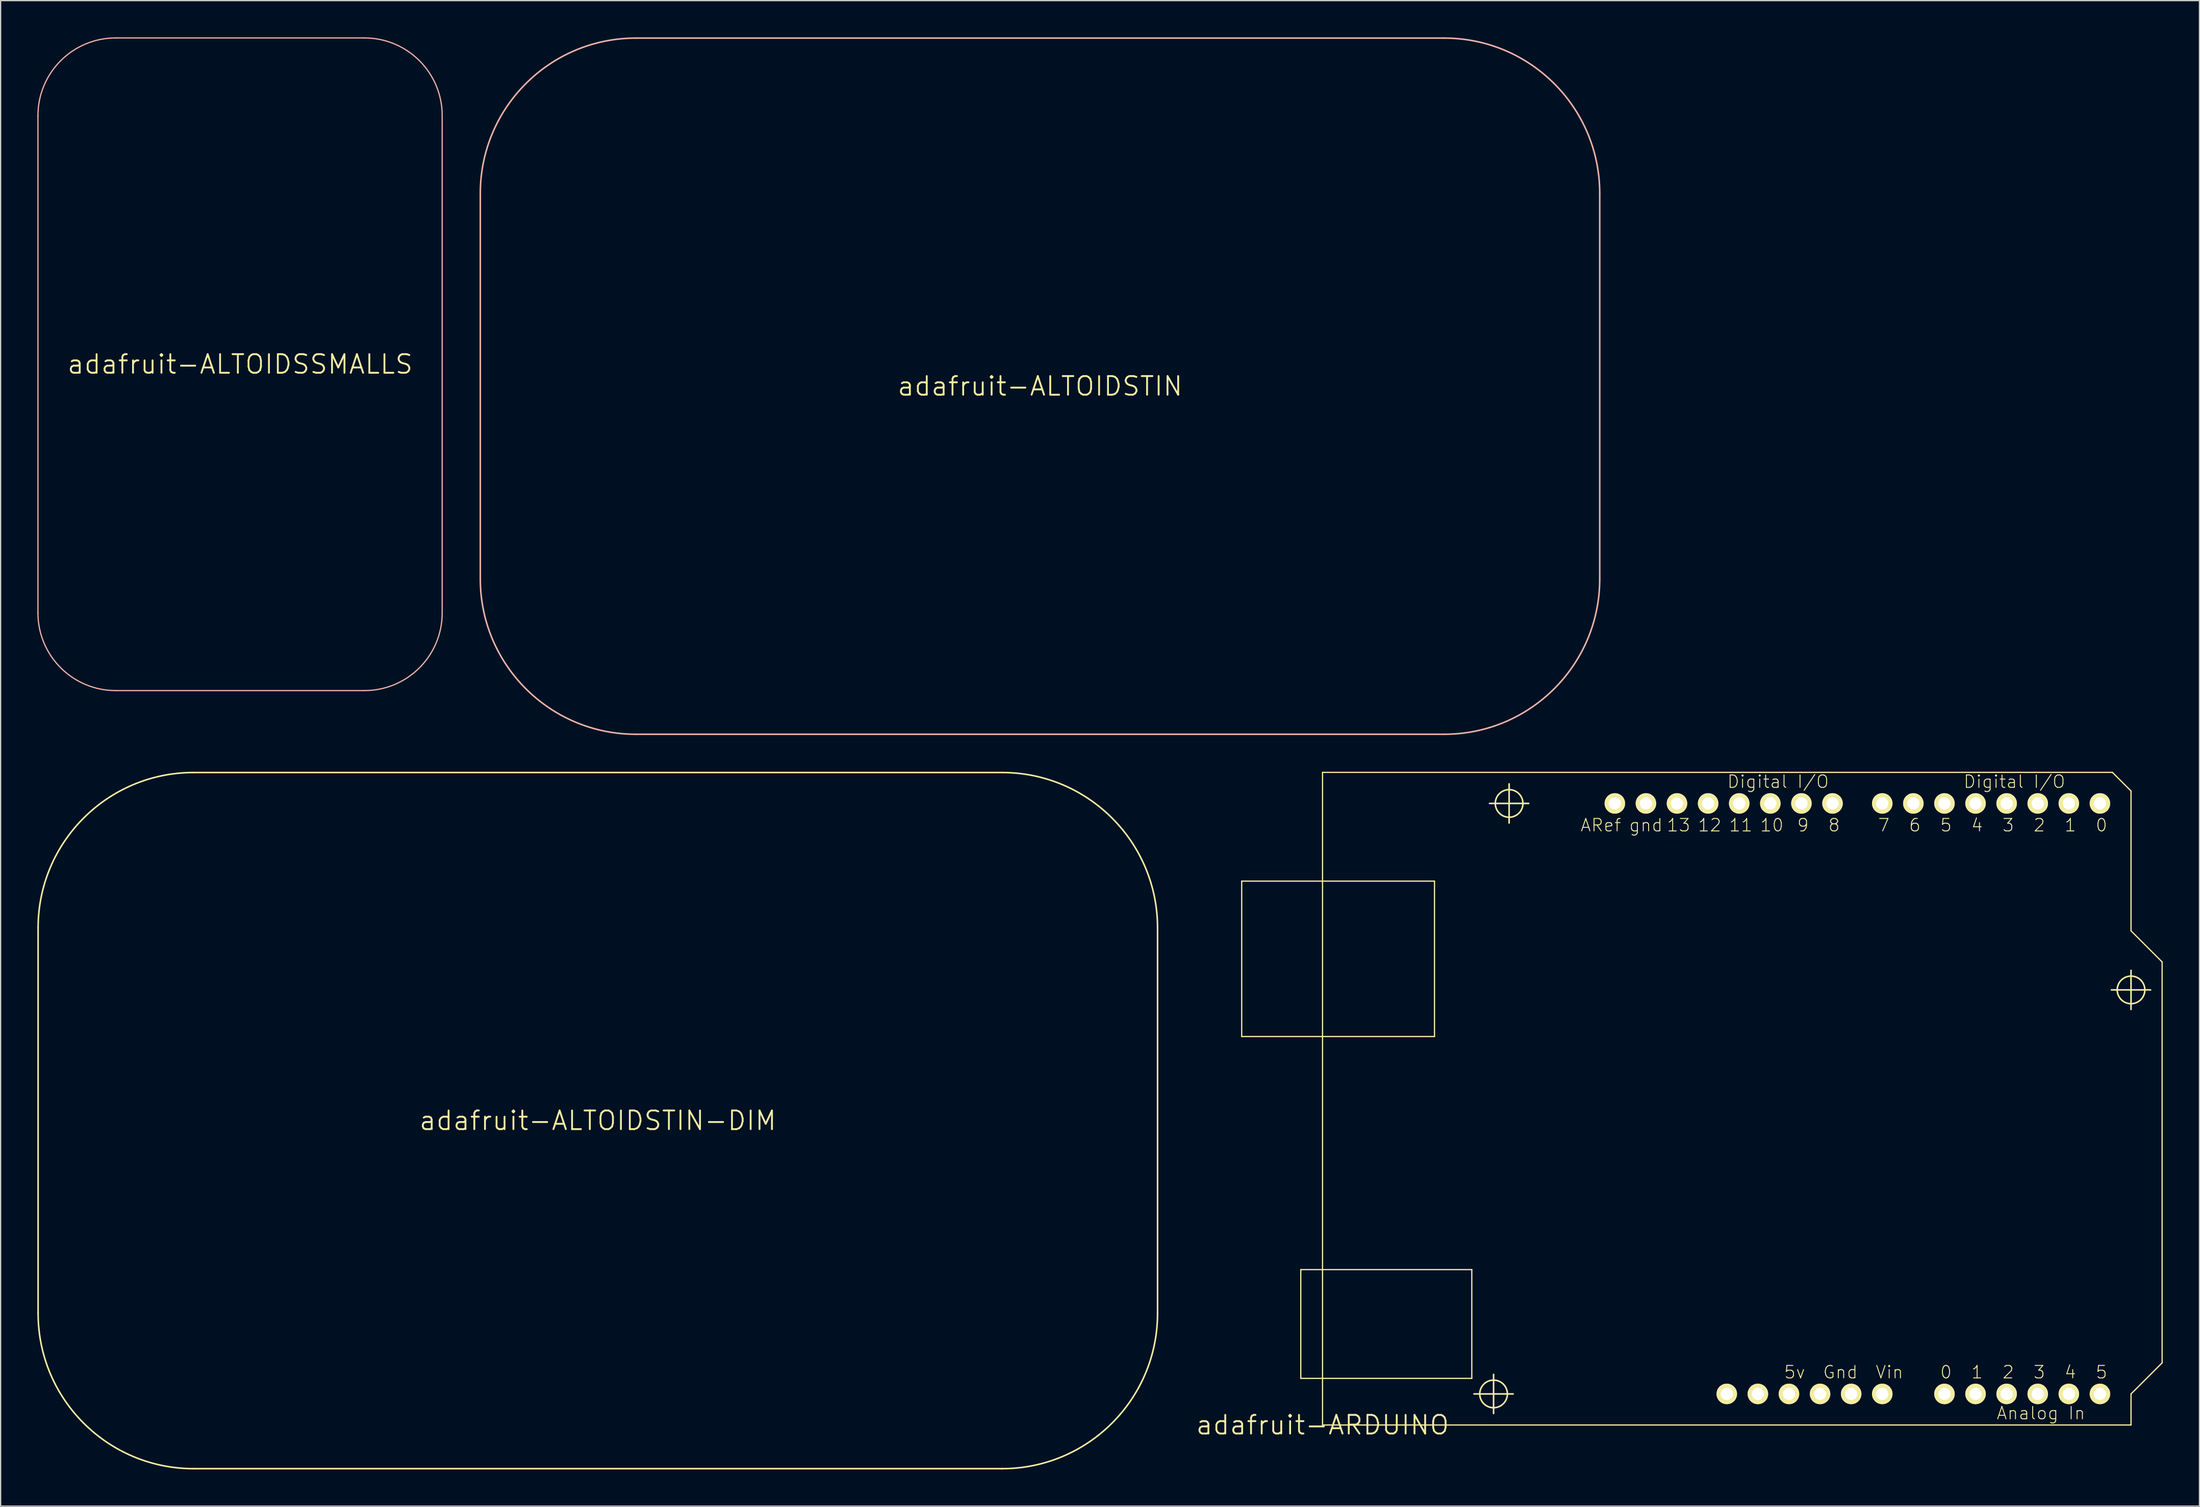
<source format=kicad_pcb>
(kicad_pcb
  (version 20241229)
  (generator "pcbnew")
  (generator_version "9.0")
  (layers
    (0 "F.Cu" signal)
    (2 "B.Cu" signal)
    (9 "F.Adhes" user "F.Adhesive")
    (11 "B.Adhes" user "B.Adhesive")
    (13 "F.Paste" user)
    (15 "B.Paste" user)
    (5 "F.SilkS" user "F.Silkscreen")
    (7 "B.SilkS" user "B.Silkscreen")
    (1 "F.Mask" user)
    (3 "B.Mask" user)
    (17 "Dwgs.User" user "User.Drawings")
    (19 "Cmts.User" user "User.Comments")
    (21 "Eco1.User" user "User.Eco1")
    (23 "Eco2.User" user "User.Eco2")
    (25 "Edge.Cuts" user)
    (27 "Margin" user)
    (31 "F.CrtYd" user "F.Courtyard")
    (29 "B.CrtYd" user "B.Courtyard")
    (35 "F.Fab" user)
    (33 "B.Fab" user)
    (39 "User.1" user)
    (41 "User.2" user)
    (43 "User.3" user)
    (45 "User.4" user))
  (footprint "adafruit-ALTOIDSTIN-DIM"
    (layer "F.Cu")
    (at 45.783 88.534)
    (property "Reference" "adafruit-ALTOIDSTIN-DIM" (at 0 0 0) (layer "F.SilkS") (effects (font (size 1.524 1.524) (thickness 0.15))))
    (attr exclude_from_pos_files exclude_from_bom)
    (fp_line (start -45.72 -15.748) (end -45.72 15.748) (stroke (width 0.127) (type solid)) (layer "F.SilkS"))
    (fp_line (start -33.02 28.448) (end 33.02 28.448) (stroke (width 0.127) (type solid)) (layer "F.SilkS"))
    (fp_line (start 33.02 -28.448) (end -33.02 -28.448) (stroke (width 0.127) (type solid)) (layer "F.SilkS"))
    (fp_line (start 45.72 15.748) (end 45.72 -15.748) (stroke (width 0.127) (type solid)) (layer "F.SilkS"))
    (fp_arc (start -45.72 -15.748) (mid -42.000256 -24.728256) (end -33.02 -28.448) (stroke (width 0.127) (type solid)) (layer "F.SilkS"))
    (fp_arc (start -33.02 28.448) (mid -42.000256 24.728256) (end -45.72 15.748) (stroke (width 0.127) (type solid)) (layer "F.SilkS"))
    (fp_arc (start 33.02 -28.448) (mid 42.000256 -24.728256) (end 45.72 -15.748) (stroke (width 0.127) (type solid)) (layer "F.SilkS"))
    (fp_arc (start 45.72 15.748) (mid 42.000256 24.728256) (end 33.02 28.448) (stroke (width 0.127) (type solid)) (layer "F.SilkS")))
  (footprint "adafruit-ALTOIDSTIN"
    (layer "F.Cu")
    (at 81.903 28.512)
    (property "Reference" "adafruit-ALTOIDSTIN" (at 0 0 0) (layer "F.SilkS") (effects (font (size 1.524 1.524) (thickness 0.15))))
    (attr exclude_from_pos_files exclude_from_bom)
    (fp_line (start -45.72 -15.748) (end -45.72 15.748) (stroke (width 0.127) (type solid)) (layer "B.SilkS"))
    (fp_line (start -33.02 28.448) (end 33.02 28.448) (stroke (width 0.127) (type solid)) (layer "B.SilkS"))
    (fp_line (start 33.02 -28.448) (end -33.02 -28.448) (stroke (width 0.127) (type solid)) (layer "B.SilkS"))
    (fp_line (start 45.72 15.748) (end 45.72 -15.748) (stroke (width 0.127) (type solid)) (layer "B.SilkS"))
    (fp_arc (start -45.72 -15.748) (mid -42.000256 -24.728256) (end -33.02 -28.448) (stroke (width 0.127) (type solid)) (layer "B.SilkS"))
    (fp_arc (start -33.02 28.448) (mid -42.000256 24.728256) (end -45.72 15.748) (stroke (width 0.127) (type solid)) (layer "B.SilkS"))
    (fp_arc (start 33.02 -28.448) (mid 42.000256 -24.728256) (end 45.72 -15.748) (stroke (width 0.127) (type solid)) (layer "B.SilkS"))
    (fp_arc (start 45.72 15.748) (mid 42.000256 24.728256) (end 33.02 28.448) (stroke (width 0.127) (type solid)) (layer "B.SilkS")))
  (footprint "adafruit-ALTOIDSSMALLS"
    (layer "F.Cu")
    (at 16.56 26.72)
    (property "Reference" "adafruit-ALTOIDSSMALLS" (at 0 0 0) (layer "F.SilkS") (effects (font (size 1.524 1.524) (thickness 0.15))))
    (attr exclude_from_pos_files exclude_from_bom)
    (fp_line (start -16.51 20.32) (end -16.51 -20.32) (stroke (width 0.1) (type solid)) (layer "B.SilkS"))
    (fp_line (start -10.16 -26.67) (end 10.16 -26.67) (stroke (width 0.1) (type solid)) (layer "B.SilkS"))
    (fp_line (start 10.16 26.67) (end -10.16 26.67) (stroke (width 0.1) (type solid)) (layer "B.SilkS"))
    (fp_line (start 16.51 -20.32) (end 16.51 20.32) (stroke (width 0.1) (type solid)) (layer "B.SilkS"))
    (fp_arc (start -16.51 -20.32) (mid -14.650128 -24.810128) (end -10.16 -26.67) (stroke (width 0.1) (type solid)) (layer "B.SilkS"))
    (fp_arc (start -10.16 26.67) (mid -14.650128 24.810128) (end -16.51 20.32) (stroke (width 0.1) (type solid)) (layer "B.SilkS"))
    (fp_arc (start 10.16 -26.67) (mid 14.650128 -24.810128) (end 16.51 -20.32) (stroke (width 0.1) (type solid)) (layer "B.SilkS"))
    (fp_arc (start 16.51 20.32) (mid 14.650128 24.810128) (end 10.16 26.67) (stroke (width 0.1) (type solid)) (layer "B.SilkS")))
  (footprint "adafruit-ARDUINO"
    (layer "F.Cu")
    (at 104.981 113.413)
    (property "Reference" "adafruit-ARDUINO" (at 0 0 0) (layer "F.SilkS") (effects (font (size 1.524 1.524) (thickness 0.15))))
    (attr exclude_from_pos_files exclude_from_bom)
    (fp_line (start -6.604 -44.45) (end -6.604 -31.75) (stroke (width 0.1) (type solid)) (layer "F.SilkS"))
    (fp_line (start -6.604 -31.75) (end 9.144 -31.75) (stroke (width 0.1) (type solid)) (layer "F.SilkS"))
    (fp_line (start -1.778 -12.7) (end -1.778 -3.81) (stroke (width 0.1) (type solid)) (layer "F.SilkS"))
    (fp_line (start -1.778 -3.81) (end 12.192 -3.81) (stroke (width 0.1) (type solid)) (layer "F.SilkS"))
    (fp_line (start 0 -53.34) (end 0 0) (stroke (width 0.1) (type solid)) (layer "F.SilkS"))
    (fp_line (start 0 0) (end 66.04 0) (stroke (width 0.1) (type solid)) (layer "F.SilkS"))
    (fp_line (start 9.144 -44.45) (end -6.604 -44.45) (stroke (width 0.1) (type solid)) (layer "F.SilkS"))
    (fp_line (start 9.144 -31.75) (end 9.144 -44.45) (stroke (width 0.1) (type solid)) (layer "F.SilkS"))
    (fp_line (start 12.192 -12.7) (end -1.778 -12.7) (stroke (width 0.1) (type solid)) (layer "F.SilkS"))
    (fp_line (start 12.192 -3.81) (end 12.192 -12.7) (stroke (width 0.1) (type solid)) (layer "F.SilkS"))
    (fp_line (start 12.37 -2.54) (end 15.568 -2.54) (stroke (width 0.127) (type solid)) (layer "F.SilkS"))
    (fp_line (start 13.64 -50.8) (end 16.838 -50.8) (stroke (width 0.127) (type solid)) (layer "F.SilkS"))
    (fp_line (start 13.97 -0.94) (end 13.97 -4.138) (stroke (width 0.127) (type solid)) (layer "F.SilkS"))
    (fp_line (start 15.24 -49.2) (end 15.24 -52.398) (stroke (width 0.127) (type solid)) (layer "F.SilkS"))
    (fp_line (start 64.44 -35.56) (end 67.638 -35.56) (stroke (width 0.127) (type solid)) (layer "F.SilkS"))
    (fp_line (start 64.516 -53.34) (end 0 -53.34) (stroke (width 0.1) (type solid)) (layer "F.SilkS"))
    (fp_line (start 66.04 -51.816) (end 64.516 -53.34) (stroke (width 0.1) (type solid)) (layer "F.SilkS"))
    (fp_line (start 66.04 -40.386) (end 66.04 -51.816) (stroke (width 0.1) (type solid)) (layer "F.SilkS"))
    (fp_line (start 66.04 -33.96) (end 66.04 -37.158) (stroke (width 0.127) (type solid)) (layer "F.SilkS"))
    (fp_line (start 66.04 -2.54) (end 68.58 -5.08) (stroke (width 0.1) (type solid)) (layer "F.SilkS"))
    (fp_line (start 66.04 0) (end 66.04 -2.54) (stroke (width 0.1) (type solid)) (layer "F.SilkS"))
    (fp_line (start 68.58 -37.846) (end 66.04 -40.386) (stroke (width 0.1) (type solid)) (layer "F.SilkS"))
    (fp_line (start 68.58 -5.08) (end 68.58 -37.846) (stroke (width 0.1) (type solid)) (layer "F.SilkS"))
    (fp_circle (center 13.97 -2.54) (end 14.768 -3.338) (stroke (width 0.127) (type solid)) (fill no) (layer "F.SilkS"))
    (fp_circle (center 15.24 -50.8) (end 16.038 -51.598) (stroke (width 0.127) (type solid)) (fill no) (layer "F.SilkS"))
    (fp_circle (center 66.04 -35.56) (end 66.838 -36.358) (stroke (width 0.127) (type solid)) (fill no) (layer "F.SilkS"))
    (fp_text user "ARef" (at 22.733 -49.022 180) (layer "F.SilkS") (effects (font (size 1.016 1.016) (thickness 0.076))))
    (fp_text user "3" (at 58.547 -4.318 0) (layer "F.SilkS") (effects (font (size 1.016 1.016) (thickness 0.076))))
    (fp_text user "5" (at 50.927 -49.022 180) (layer "F.SilkS") (effects (font (size 1.016 1.016) (thickness 0.076))))
    (fp_text user "9" (at 39.243 -49.022 180) (layer "F.SilkS") (effects (font (size 1.016 1.016) (thickness 0.076))))
    (fp_text user "10" (at 36.703 -49.022 180) (layer "F.SilkS") (effects (font (size 1.016 1.016) (thickness 0.076))))
    (fp_text user "3" (at 56.007 -49.022 180) (layer "F.SilkS") (effects (font (size 1.016 1.016) (thickness 0.076))))
    (fp_text user "2" (at 58.547 -49.022 180) (layer "F.SilkS") (effects (font (size 1.016 1.016) (thickness 0.076))))
    (fp_text user "4" (at 61.084 -4.318 0) (layer "F.SilkS") (effects (font (size 1.016 1.016) (thickness 0.076))))
    (fp_text user "4" (at 53.467 -49.022 180) (layer "F.SilkS") (effects (font (size 1.016 1.016) (thickness 0.076))))
    (fp_text user "13" (at 29.083 -49.022 180) (layer "F.SilkS") (effects (font (size 1.016 1.016) (thickness 0.076))))
    (fp_text user "1" (at 53.467 -4.318 0) (layer "F.SilkS") (effects (font (size 1.016 1.016) (thickness 0.076))))
    (fp_text user "Analog In" (at 58.682 -0.97 0) (layer "F.SilkS") (effects (font (size 1.016 1.016) (thickness 0.076))))
    (fp_text user "12" (at 31.623 -49.022 180) (layer "F.SilkS") (effects (font (size 1.016 1.016) (thickness 0.076))))
    (fp_text user "Digital I/O" (at 56.515 -52.578 0) (layer "F.SilkS") (effects (font (size 1.016 1.016) (thickness 0.076))))
    (fp_text user "Vin" (at 46.309 -4.318 0) (layer "F.SilkS") (effects (font (size 1.016 1.016) (thickness 0.076))))
    (fp_text user "7" (at 45.847 -49.022 180) (layer "F.SilkS") (effects (font (size 1.016 1.016) (thickness 0.076))))
    (fp_text user "Digital I/O" (at 37.211 -52.578 0) (layer "F.SilkS") (effects (font (size 1.016 1.016) (thickness 0.076))))
    (fp_text user "6" (at 48.387 -49.022 180) (layer "F.SilkS") (effects (font (size 1.016 1.016) (thickness 0.076))))
    (fp_text user "Gnd" (at 42.299 -4.318 0) (layer "F.SilkS") (effects (font (size 1.016 1.016) (thickness 0.076))))
    (fp_text user "2" (at 56.007 -4.318 0) (layer "F.SilkS") (effects (font (size 1.016 1.016) (thickness 0.076))))
    (fp_text user "gnd" (at 26.416 -49.022 180) (layer "F.SilkS") (effects (font (size 1.016 1.016) (thickness 0.076))))
    (fp_text user "11" (at 34.163 -49.022 180) (layer "F.SilkS") (effects (font (size 1.016 1.016) (thickness 0.076))))
    (fp_text user "8" (at 41.783 -49.022 180) (layer "F.SilkS") (effects (font (size 1.016 1.016) (thickness 0.076))))
    (fp_text user "0" (at 63.627 -49.022 180) (layer "F.SilkS") (effects (font (size 1.016 1.016) (thickness 0.076))))
    (fp_text user "0" (at 50.927 -4.318 0) (layer "F.SilkS") (effects (font (size 1.016 1.016) (thickness 0.076))))
    (fp_text user "5v" (at 38.562 -4.318 0) (layer "F.SilkS") (effects (font (size 1.016 1.016) (thickness 0.076))))
    (fp_text user "1" (at 61.084 -49.022 180) (layer "F.SilkS") (effects (font (size 1.016 1.016) (thickness 0.076))))
    (fp_text user "5" (at 63.627 -4.318 0) (layer "F.SilkS") (effects (font (size 1.016 1.016) (thickness 0.076))))
    (pad "3V" thru_hole circle (at 35.56 -2.54) (size 1.676 1.676) (drill 0.998) (layers "*.Cu" "F.Mask" "F.SilkS" "F.Paste"))
    (pad "5V" thru_hole circle (at 38.1 -2.54) (size 1.676 1.676) (drill 0.998) (layers "*.Cu" "F.Mask" "F.SilkS" "F.Paste"))
    (pad "A0" thru_hole circle (at 50.8 -2.54) (size 1.676 1.676) (drill 0.998) (layers "*.Cu" "F.Mask" "F.SilkS" "F.Paste"))
    (pad "A1" thru_hole circle (at 53.34 -2.54) (size 1.676 1.676) (drill 0.998) (layers "*.Cu" "F.Mask" "F.SilkS" "F.Paste"))
    (pad "A2" thru_hole circle (at 55.88 -2.54) (size 1.676 1.676) (drill 0.998) (layers "*.Cu" "F.Mask" "F.SilkS" "F.Paste"))
    (pad "A3" thru_hole circle (at 58.42 -2.54) (size 1.676 1.676) (drill 0.998) (layers "*.Cu" "F.Mask" "F.SilkS" "F.Paste"))
    (pad "A4" thru_hole circle (at 60.96 -2.54) (size 1.676 1.676) (drill 0.998) (layers "*.Cu" "F.Mask" "F.SilkS" "F.Paste"))
    (pad "A5" thru_hole circle (at 63.5 -2.54) (size 1.676 1.676) (drill 0.998) (layers "*.Cu" "F.Mask" "F.SilkS" "F.Paste"))
    (pad "AREF" thru_hole circle (at 23.876 -50.8) (size 1.676 1.676) (drill 0.998) (layers "*.Cu" "F.Mask" "F.SilkS" "F.Paste"))
    (pad "D0" thru_hole circle (at 63.5 -50.8) (size 1.676 1.676) (drill 0.998) (layers "*.Cu" "F.Mask" "F.SilkS" "F.Paste"))
    (pad "D1" thru_hole circle (at 60.96 -50.8) (size 1.676 1.676) (drill 0.998) (layers "*.Cu" "F.Mask" "F.SilkS" "F.Paste"))
    (pad "D2" thru_hole circle (at 58.42 -50.8) (size 1.676 1.676) (drill 0.998) (layers "*.Cu" "F.Mask" "F.SilkS" "F.Paste"))
    (pad "D3" thru_hole circle (at 55.88 -50.8) (size 1.676 1.676) (drill 0.998) (layers "*.Cu" "F.Mask" "F.SilkS" "F.Paste"))
    (pad "D4" thru_hole circle (at 53.34 -50.8) (size 1.676 1.676) (drill 0.998) (layers "*.Cu" "F.Mask" "F.SilkS" "F.Paste"))
    (pad "D5" thru_hole circle (at 50.8 -50.8) (size 1.676 1.676) (drill 0.998) (layers "*.Cu" "F.Mask" "F.SilkS" "F.Paste"))
    (pad "D6" thru_hole circle (at 48.26 -50.8) (size 1.676 1.676) (drill 0.998) (layers "*.Cu" "F.Mask" "F.SilkS" "F.Paste"))
    (pad "D7" thru_hole circle (at 45.72 -50.8) (size 1.676 1.676) (drill 0.998) (layers "*.Cu" "F.Mask" "F.SilkS" "F.Paste"))
    (pad "D8" thru_hole circle (at 41.656 -50.8) (size 1.676 1.676) (drill 0.998) (layers "*.Cu" "F.Mask" "F.SilkS" "F.Paste"))
    (pad "D9" thru_hole circle (at 39.116 -50.8) (size 1.676 1.676) (drill 0.998) (layers "*.Cu" "F.Mask" "F.SilkS" "F.Paste"))
    (pad "D10" thru_hole circle (at 36.576 -50.8) (size 1.676 1.676) (drill 0.998) (layers "*.Cu" "F.Mask" "F.SilkS" "F.Paste"))
    (pad "D11" thru_hole circle (at 34.036 -50.8) (size 1.676 1.676) (drill 0.998) (layers "*.Cu" "F.Mask" "F.SilkS" "F.Paste"))
    (pad "D12" thru_hole circle (at 31.496 -50.8) (size 1.676 1.676) (drill 0.998) (layers "*.Cu" "F.Mask" "F.SilkS" "F.Paste"))
    (pad "D13" thru_hole circle (at 28.953 -50.8) (size 1.676 1.676) (drill 0.998) (layers "*.Cu" "F.Mask" "F.SilkS" "F.Paste"))
    (pad "GND" thru_hole circle (at 26.416 -50.8) (size 1.676 1.676) (drill 0.998) (layers "*.Cu" "F.Mask" "F.SilkS" "F.Paste"))
    (pad "GND1" thru_hole circle (at 43.18 -2.54) (size 1.676 1.676) (drill 0.998) (layers "*.Cu" "F.Mask" "F.SilkS" "F.Paste"))
    (pad "GND2" thru_hole circle (at 40.64 -2.54) (size 1.676 1.676) (drill 0.998) (layers "*.Cu" "F.Mask" "F.SilkS" "F.Paste"))
    (pad "RESE" thru_hole circle (at 33.02 -2.54) (size 1.676 1.676) (drill 0.998) (layers "*.Cu" "F.Mask" "F.SilkS" "F.Paste"))
    (pad "VIN" thru_hole circle (at 45.72 -2.54) (size 1.676 1.676) (drill 0.998) (layers "*.Cu" "F.Mask" "F.SilkS" "F.Paste")))
  (gr_rect
    (start -3 -3)
    (end 176.611 120.046)
    (stroke (width 0.1) (type default))
    (fill no)
    (layer "Edge.Cuts")))
</source>
